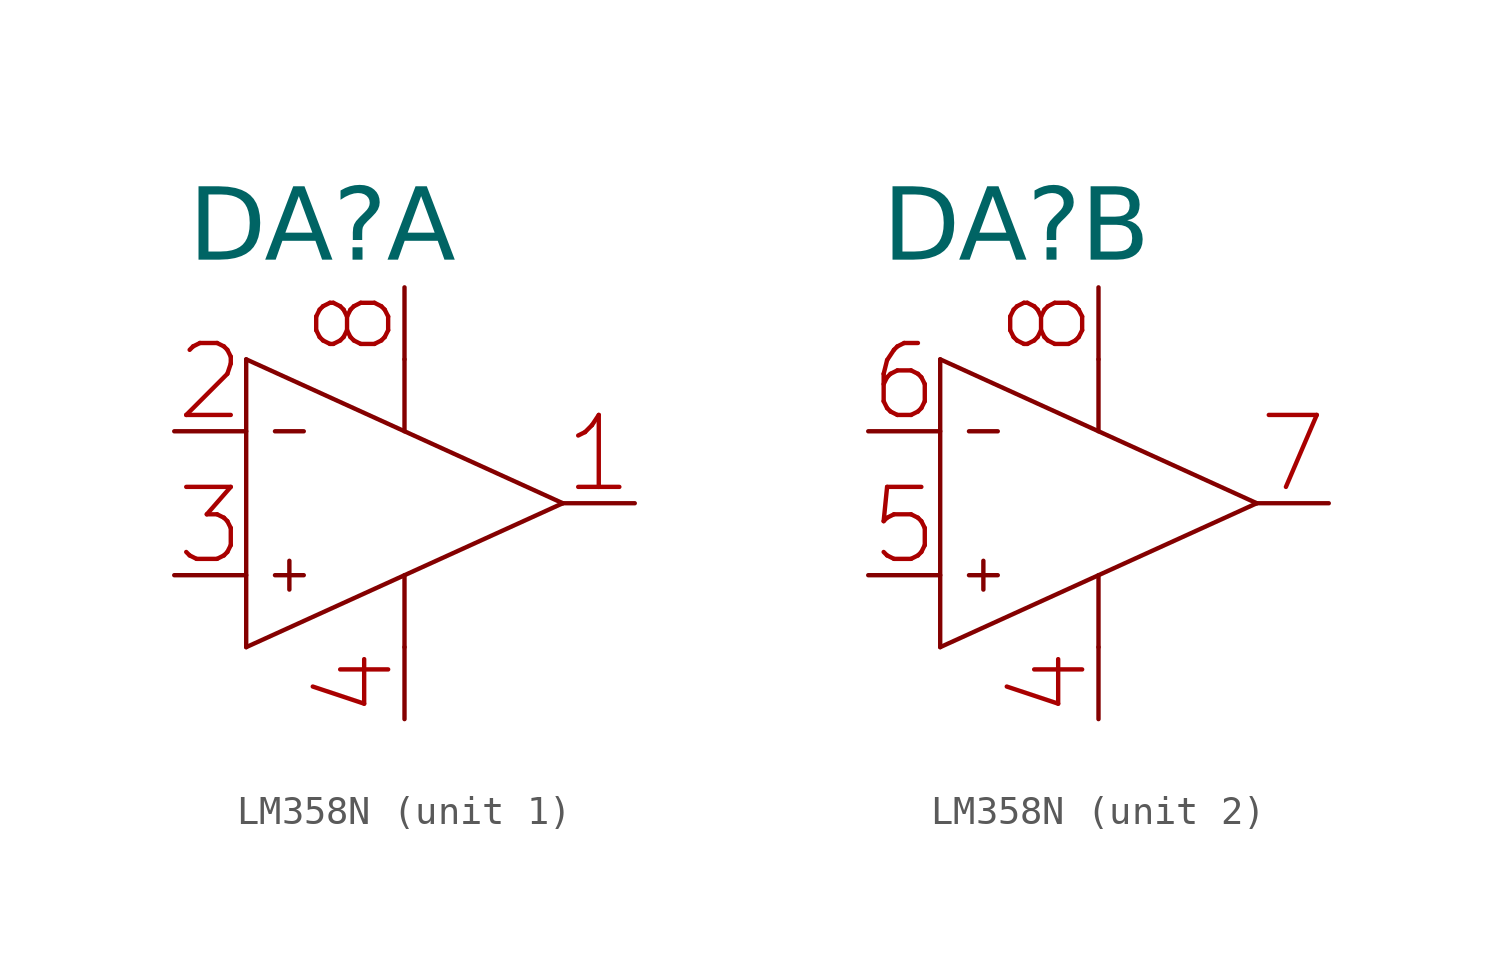
<source format=kicad_sym>
(kicad_symbol_lib
  (version 20220914)
  (generator kicad_symbol_editor)
  (symbol "LM358N"
    (pin_names
      (offset 0.5) hide)
    (property "Reference" "DA"
      (at 0.5 7 0)
      (effects (font (face "GOST type A") (size 2.5 2.5) italic) (justify left)))
    (property "Value" ""
      (at 0 0 0)
      (effects (font (size 1.27 1.27))))
    (property "ki_locked" ""
      (at 0 0 0)
      (effects (font (size 1.27 1.27))))
    (symbol "LM358N_0_0"
      (pin power_in line (at 8 -10 90) (length 2.5) (name "GND" (effects (font (size 2.5 2.5)))) (number "4" (effects (font (size 2.5 2.5)))))
      (pin power_in line (at 8 5 270) (length 2.5) (name "VCC" (effects (font (size 2.5 2.5)))) (number "8" (effects (font (size 2.5 2.5))))))
    (symbol "LM358N_1_0"
      (pin output line (at 16 -2.5 180) (length 2.5) (name "OUT" (effects (font (size 2.5 2.5)))) (number "1" (effects (font (size 2.5 2.5)))))
      (pin input line (at 0 0 0) (length 2.5) (name "-" (effects (font (size 2.5 2.5)))) (number "2" (effects (font (size 2.5 2.5)))))
      (pin input line (at 0 -5 0) (length 2.5) (name "+" (effects (font (size 2.5 2.5)))) (number "3" (effects (font (size 2.5 2.5))))))
    (symbol "LM358N_1_1"
      (polyline (pts (xy 2.5 2.5) (xy 13.5 -2.5)) (stroke (width 0) (type default)) (fill (type none)))
      (polyline (pts (xy 3.5 -5) (xy 4.5 -5)) (stroke (width 0) (type default)) (fill (type none)))
      (polyline (pts (xy 3.5 0) (xy 4.5 0)) (stroke (width 0) (type default)) (fill (type none)))
      (polyline (pts (xy 4 -5.5) (xy 4 -4.5)) (stroke (width 0) (type default)) (fill (type none)))
      (polyline (pts (xy 8 -5) (xy 8 -7.5)) (stroke (width 0) (type default)) (fill (type none)))
      (polyline (pts (xy 8 2.5) (xy 8 0)) (stroke (width 0) (type default)) (fill (type none)))
      (polyline (pts (xy 13.5 -2.5) (xy 2.5 -7.5)) (stroke (width 0) (type default)) (fill (type none)))
      (polyline (pts (xy 2.5 2.5) (xy 2.5 1) (xy 2.5 -4) (xy 2.5 -7.5)) (stroke (width 0) (type default)) (fill (type none))))
    (symbol "LM358N_2_0"
      (pin input line (at 0 -5 0) (length 2.5) (name "+" (effects (font (size 2.5 2.5)))) (number "5" (effects (font (size 2.5 2.5)))))
      (pin input line (at 0 0 0) (length 2.5) (name "-" (effects (font (size 2.5 2.5)))) (number "6" (effects (font (size 2.5 2.5)))))
      (pin output line (at 16 -2.5 180) (length 2.5) (name "OUT" (effects (font (size 2.5 2.5)))) (number "7" (effects (font (size 2.5 2.5))))))
    (symbol "LM358N_2_1"
      (polyline (pts (xy 2.5 2.5) (xy 13.5 -2.5)) (stroke (width 0) (type default)) (fill (type none)))
      (polyline (pts (xy 3.5 -5) (xy 4.5 -5)) (stroke (width 0) (type default)) (fill (type none)))
      (polyline (pts (xy 3.5 0) (xy 4.5 0)) (stroke (width 0) (type default)) (fill (type none)))
      (polyline (pts (xy 4 -5.5) (xy 4 -4.5)) (stroke (width 0) (type default)) (fill (type none)))
      (polyline (pts (xy 8 -5) (xy 8 -7.5)) (stroke (width 0) (type default)) (fill (type none)))
      (polyline (pts (xy 8 2.5) (xy 8 0)) (stroke (width 0) (type default)) (fill (type none)))
      (polyline (pts (xy 13.5 -2.5) (xy 2.5 -7.5)) (stroke (width 0) (type default)) (fill (type none)))
      (polyline (pts (xy 2.5 2.5) (xy 2.5 1) (xy 2.5 -4) (xy 2.5 -7.5)) (stroke (width 0) (type default)) (fill (type none))))))
</source>
